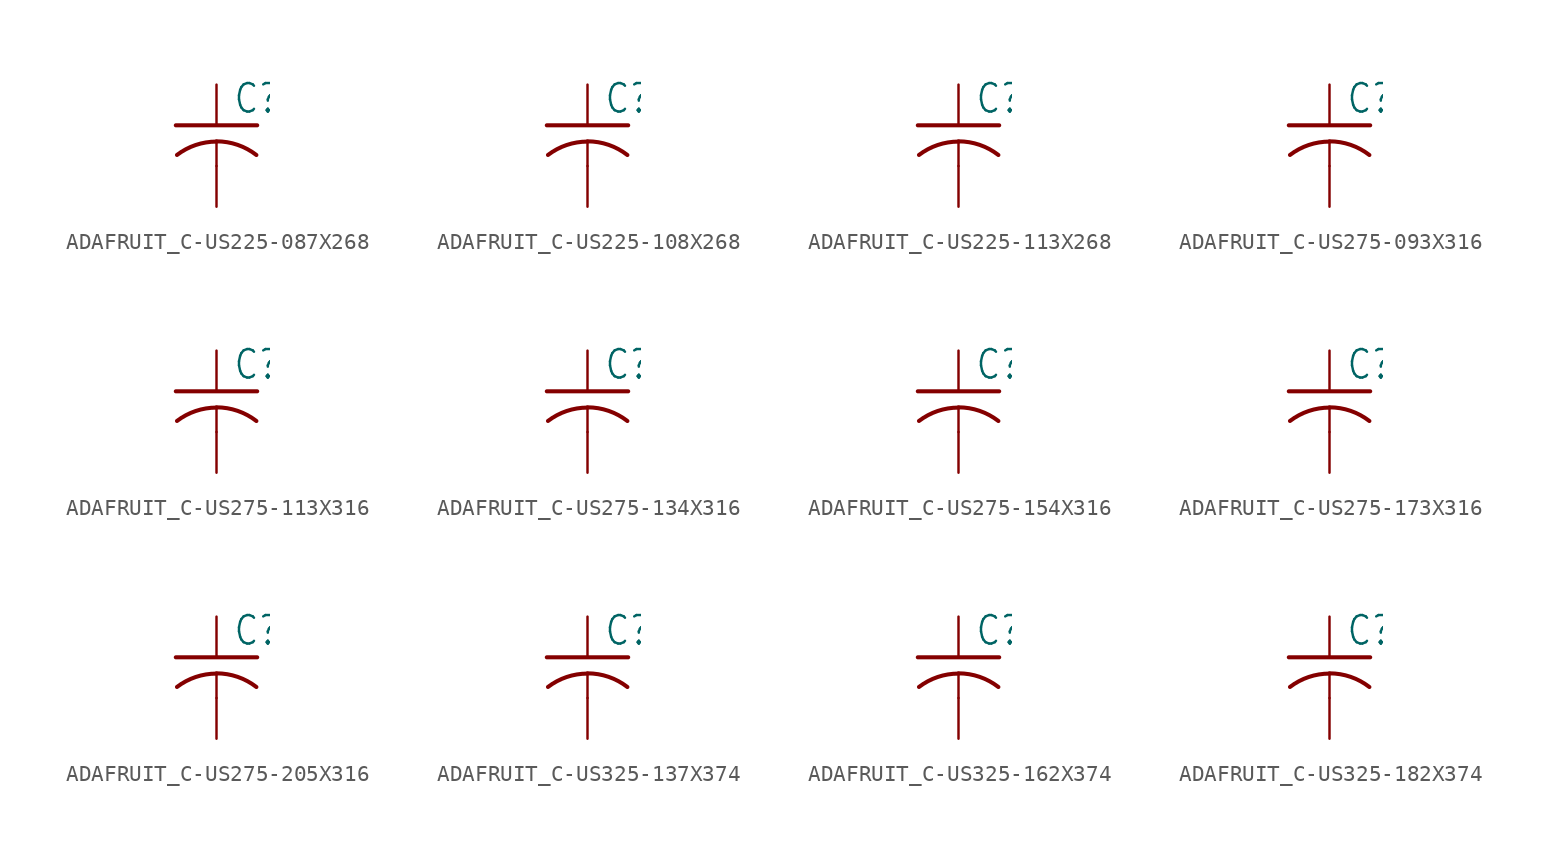
<source format=kicad_sym>
(kicad_symbol_lib
  (version 20231120)
  (generator "kicad_symbol_editor")
  (generator_version "8.0")
  (symbol "ADAFRUIT_C-US225-087X268"
    (property "Reference" "C"
      (at 1.016 0.635 0)
      (effects (font (size 1.778 1.511)) (justify left bottom)))
    (property "Value" ""
      (at 1.016 -4.191 0)
      (effects (font (size 1.778 1.511)) (justify left bottom)))
    (property "ki_locked" ""
      (at 0 0 0)
      (effects (font (size 1.27 1.27))))
    (symbol "ADAFRUIT_C-US225-087X268_1_0"
      (arc (start 0 -1.0161) (mid -1.302 -1.2303) (end -2.4668 -1.8504) (stroke (width 0.254) (type solid)) (fill (type none)))
      (polyline (pts (xy -2.54 0) (xy 2.54 0)) (stroke (width 0.254) (type solid)) (fill (type none)))
      (polyline (pts (xy 0 -1.016) (xy 0 -2.54)) (stroke (width 0.152) (type solid)) (fill (type none)))
      (polyline (pts (xy 0 -1.016) (xy 0 -1.016)) (stroke (width 0.152) (type solid)) (fill (type none)))
      (arc (start 2.4892 -1.8541) (mid 1.3158 -1.2194) (end 0 -1) (stroke (width 0.254) (type solid)) (fill (type none)))
      (pin passive line (at 0 2.54 270) (length 2.54) (name "1" (effects (font (size 0 0)))) (number "1" (effects (font (size 0 0)))))
      (pin passive line (at 0 -5.08 90) (length 2.54) (name "2" (effects (font (size 0 0)))) (number "2" (effects (font (size 0 0)))))))
  (symbol "ADAFRUIT_C-US225-108X268"
    (property "Reference" "C"
      (at 1.016 0.635 0)
      (effects (font (size 1.778 1.511)) (justify left bottom)))
    (property "Value" ""
      (at 1.016 -4.191 0)
      (effects (font (size 1.778 1.511)) (justify left bottom)))
    (property "ki_locked" ""
      (at 0 0 0)
      (effects (font (size 1.27 1.27))))
    (symbol "ADAFRUIT_C-US225-108X268_1_0"
      (arc (start 0 -1.0161) (mid -1.302 -1.2303) (end -2.4668 -1.8504) (stroke (width 0.254) (type solid)) (fill (type none)))
      (polyline (pts (xy -2.54 0) (xy 2.54 0)) (stroke (width 0.254) (type solid)) (fill (type none)))
      (polyline (pts (xy 0 -1.016) (xy 0 -2.54)) (stroke (width 0.152) (type solid)) (fill (type none)))
      (polyline (pts (xy 0 -1.016) (xy 0 -1.016)) (stroke (width 0.152) (type solid)) (fill (type none)))
      (arc (start 2.4892 -1.8541) (mid 1.3158 -1.2194) (end 0 -1) (stroke (width 0.254) (type solid)) (fill (type none)))
      (pin passive line (at 0 2.54 270) (length 2.54) (name "1" (effects (font (size 0 0)))) (number "1" (effects (font (size 0 0)))))
      (pin passive line (at 0 -5.08 90) (length 2.54) (name "2" (effects (font (size 0 0)))) (number "2" (effects (font (size 0 0)))))))
  (symbol "ADAFRUIT_C-US225-113X268"
    (property "Reference" "C"
      (at 1.016 0.635 0)
      (effects (font (size 1.778 1.511)) (justify left bottom)))
    (property "Value" ""
      (at 1.016 -4.191 0)
      (effects (font (size 1.778 1.511)) (justify left bottom)))
    (property "ki_locked" ""
      (at 0 0 0)
      (effects (font (size 1.27 1.27))))
    (symbol "ADAFRUIT_C-US225-113X268_1_0"
      (arc (start 0 -1.0161) (mid -1.302 -1.2303) (end -2.4668 -1.8504) (stroke (width 0.254) (type solid)) (fill (type none)))
      (polyline (pts (xy -2.54 0) (xy 2.54 0)) (stroke (width 0.254) (type solid)) (fill (type none)))
      (polyline (pts (xy 0 -1.016) (xy 0 -2.54)) (stroke (width 0.152) (type solid)) (fill (type none)))
      (polyline (pts (xy 0 -1.016) (xy 0 -1.016)) (stroke (width 0.152) (type solid)) (fill (type none)))
      (arc (start 2.4892 -1.8541) (mid 1.3158 -1.2194) (end 0 -1) (stroke (width 0.254) (type solid)) (fill (type none)))
      (pin passive line (at 0 2.54 270) (length 2.54) (name "1" (effects (font (size 0 0)))) (number "1" (effects (font (size 0 0)))))
      (pin passive line (at 0 -5.08 90) (length 2.54) (name "2" (effects (font (size 0 0)))) (number "2" (effects (font (size 0 0)))))))
  (symbol "ADAFRUIT_C-US275-093X316"
    (property "Reference" "C"
      (at 1.016 0.635 0)
      (effects (font (size 1.778 1.511)) (justify left bottom)))
    (property "Value" ""
      (at 1.016 -4.191 0)
      (effects (font (size 1.778 1.511)) (justify left bottom)))
    (property "ki_locked" ""
      (at 0 0 0)
      (effects (font (size 1.27 1.27))))
    (symbol "ADAFRUIT_C-US275-093X316_1_0"
      (arc (start 0 -1.0161) (mid -1.302 -1.2303) (end -2.4668 -1.8504) (stroke (width 0.254) (type solid)) (fill (type none)))
      (polyline (pts (xy -2.54 0) (xy 2.54 0)) (stroke (width 0.254) (type solid)) (fill (type none)))
      (polyline (pts (xy 0 -1.016) (xy 0 -2.54)) (stroke (width 0.152) (type solid)) (fill (type none)))
      (polyline (pts (xy 0 -1.016) (xy 0 -1.016)) (stroke (width 0.152) (type solid)) (fill (type none)))
      (arc (start 2.4892 -1.8541) (mid 1.3158 -1.2194) (end 0 -1) (stroke (width 0.254) (type solid)) (fill (type none)))
      (pin passive line (at 0 2.54 270) (length 2.54) (name "1" (effects (font (size 0 0)))) (number "1" (effects (font (size 0 0)))))
      (pin passive line (at 0 -5.08 90) (length 2.54) (name "2" (effects (font (size 0 0)))) (number "2" (effects (font (size 0 0)))))))
  (symbol "ADAFRUIT_C-US275-113X316"
    (property "Reference" "C"
      (at 1.016 0.635 0)
      (effects (font (size 1.778 1.511)) (justify left bottom)))
    (property "Value" ""
      (at 1.016 -4.191 0)
      (effects (font (size 1.778 1.511)) (justify left bottom)))
    (property "ki_locked" ""
      (at 0 0 0)
      (effects (font (size 1.27 1.27))))
    (symbol "ADAFRUIT_C-US275-113X316_1_0"
      (arc (start 0 -1.0161) (mid -1.302 -1.2303) (end -2.4668 -1.8504) (stroke (width 0.254) (type solid)) (fill (type none)))
      (polyline (pts (xy -2.54 0) (xy 2.54 0)) (stroke (width 0.254) (type solid)) (fill (type none)))
      (polyline (pts (xy 0 -1.016) (xy 0 -2.54)) (stroke (width 0.152) (type solid)) (fill (type none)))
      (polyline (pts (xy 0 -1.016) (xy 0 -1.016)) (stroke (width 0.152) (type solid)) (fill (type none)))
      (arc (start 2.4892 -1.8541) (mid 1.3158 -1.2194) (end 0 -1) (stroke (width 0.254) (type solid)) (fill (type none)))
      (pin passive line (at 0 2.54 270) (length 2.54) (name "1" (effects (font (size 0 0)))) (number "1" (effects (font (size 0 0)))))
      (pin passive line (at 0 -5.08 90) (length 2.54) (name "2" (effects (font (size 0 0)))) (number "2" (effects (font (size 0 0)))))))
  (symbol "ADAFRUIT_C-US275-134X316"
    (property "Reference" "C"
      (at 1.016 0.635 0)
      (effects (font (size 1.778 1.511)) (justify left bottom)))
    (property "Value" ""
      (at 1.016 -4.191 0)
      (effects (font (size 1.778 1.511)) (justify left bottom)))
    (property "ki_locked" ""
      (at 0 0 0)
      (effects (font (size 1.27 1.27))))
    (symbol "ADAFRUIT_C-US275-134X316_1_0"
      (arc (start 0 -1.0161) (mid -1.302 -1.2303) (end -2.4668 -1.8504) (stroke (width 0.254) (type solid)) (fill (type none)))
      (polyline (pts (xy -2.54 0) (xy 2.54 0)) (stroke (width 0.254) (type solid)) (fill (type none)))
      (polyline (pts (xy 0 -1.016) (xy 0 -2.54)) (stroke (width 0.152) (type solid)) (fill (type none)))
      (polyline (pts (xy 0 -1.016) (xy 0 -1.016)) (stroke (width 0.152) (type solid)) (fill (type none)))
      (arc (start 2.4892 -1.8541) (mid 1.3158 -1.2194) (end 0 -1) (stroke (width 0.254) (type solid)) (fill (type none)))
      (pin passive line (at 0 2.54 270) (length 2.54) (name "1" (effects (font (size 0 0)))) (number "1" (effects (font (size 0 0)))))
      (pin passive line (at 0 -5.08 90) (length 2.54) (name "2" (effects (font (size 0 0)))) (number "2" (effects (font (size 0 0)))))))
  (symbol "ADAFRUIT_C-US275-154X316"
    (property "Reference" "C"
      (at 1.016 0.635 0)
      (effects (font (size 1.778 1.511)) (justify left bottom)))
    (property "Value" ""
      (at 1.016 -4.191 0)
      (effects (font (size 1.778 1.511)) (justify left bottom)))
    (property "ki_locked" ""
      (at 0 0 0)
      (effects (font (size 1.27 1.27))))
    (symbol "ADAFRUIT_C-US275-154X316_1_0"
      (arc (start 0 -1.0161) (mid -1.302 -1.2303) (end -2.4668 -1.8504) (stroke (width 0.254) (type solid)) (fill (type none)))
      (polyline (pts (xy -2.54 0) (xy 2.54 0)) (stroke (width 0.254) (type solid)) (fill (type none)))
      (polyline (pts (xy 0 -1.016) (xy 0 -2.54)) (stroke (width 0.152) (type solid)) (fill (type none)))
      (polyline (pts (xy 0 -1.016) (xy 0 -1.016)) (stroke (width 0.152) (type solid)) (fill (type none)))
      (arc (start 2.4892 -1.8541) (mid 1.3158 -1.2194) (end 0 -1) (stroke (width 0.254) (type solid)) (fill (type none)))
      (pin passive line (at 0 2.54 270) (length 2.54) (name "1" (effects (font (size 0 0)))) (number "1" (effects (font (size 0 0)))))
      (pin passive line (at 0 -5.08 90) (length 2.54) (name "2" (effects (font (size 0 0)))) (number "2" (effects (font (size 0 0)))))))
  (symbol "ADAFRUIT_C-US275-173X316"
    (property "Reference" "C"
      (at 1.016 0.635 0)
      (effects (font (size 1.778 1.511)) (justify left bottom)))
    (property "Value" ""
      (at 1.016 -4.191 0)
      (effects (font (size 1.778 1.511)) (justify left bottom)))
    (property "ki_locked" ""
      (at 0 0 0)
      (effects (font (size 1.27 1.27))))
    (symbol "ADAFRUIT_C-US275-173X316_1_0"
      (arc (start 0 -1.0161) (mid -1.302 -1.2303) (end -2.4668 -1.8504) (stroke (width 0.254) (type solid)) (fill (type none)))
      (polyline (pts (xy -2.54 0) (xy 2.54 0)) (stroke (width 0.254) (type solid)) (fill (type none)))
      (polyline (pts (xy 0 -1.016) (xy 0 -2.54)) (stroke (width 0.152) (type solid)) (fill (type none)))
      (polyline (pts (xy 0 -1.016) (xy 0 -1.016)) (stroke (width 0.152) (type solid)) (fill (type none)))
      (arc (start 2.4892 -1.8541) (mid 1.3158 -1.2194) (end 0 -1) (stroke (width 0.254) (type solid)) (fill (type none)))
      (pin passive line (at 0 2.54 270) (length 2.54) (name "1" (effects (font (size 0 0)))) (number "1" (effects (font (size 0 0)))))
      (pin passive line (at 0 -5.08 90) (length 2.54) (name "2" (effects (font (size 0 0)))) (number "2" (effects (font (size 0 0)))))))
  (symbol "ADAFRUIT_C-US275-205X316"
    (property "Reference" "C"
      (at 1.016 0.635 0)
      (effects (font (size 1.778 1.511)) (justify left bottom)))
    (property "Value" ""
      (at 1.016 -4.191 0)
      (effects (font (size 1.778 1.511)) (justify left bottom)))
    (property "ki_locked" ""
      (at 0 0 0)
      (effects (font (size 1.27 1.27))))
    (symbol "ADAFRUIT_C-US275-205X316_1_0"
      (arc (start 0 -1.0161) (mid -1.302 -1.2303) (end -2.4668 -1.8504) (stroke (width 0.254) (type solid)) (fill (type none)))
      (polyline (pts (xy -2.54 0) (xy 2.54 0)) (stroke (width 0.254) (type solid)) (fill (type none)))
      (polyline (pts (xy 0 -1.016) (xy 0 -2.54)) (stroke (width 0.152) (type solid)) (fill (type none)))
      (polyline (pts (xy 0 -1.016) (xy 0 -1.016)) (stroke (width 0.152) (type solid)) (fill (type none)))
      (arc (start 2.4892 -1.8541) (mid 1.3158 -1.2194) (end 0 -1) (stroke (width 0.254) (type solid)) (fill (type none)))
      (pin passive line (at 0 2.54 270) (length 2.54) (name "1" (effects (font (size 0 0)))) (number "1" (effects (font (size 0 0)))))
      (pin passive line (at 0 -5.08 90) (length 2.54) (name "2" (effects (font (size 0 0)))) (number "2" (effects (font (size 0 0)))))))
  (symbol "ADAFRUIT_C-US325-137X374"
    (property "Reference" "C"
      (at 1.016 0.635 0)
      (effects (font (size 1.778 1.511)) (justify left bottom)))
    (property "Value" ""
      (at 1.016 -4.191 0)
      (effects (font (size 1.778 1.511)) (justify left bottom)))
    (property "ki_locked" ""
      (at 0 0 0)
      (effects (font (size 1.27 1.27))))
    (symbol "ADAFRUIT_C-US325-137X374_1_0"
      (arc (start 0 -1.0161) (mid -1.302 -1.2303) (end -2.4668 -1.8504) (stroke (width 0.254) (type solid)) (fill (type none)))
      (polyline (pts (xy -2.54 0) (xy 2.54 0)) (stroke (width 0.254) (type solid)) (fill (type none)))
      (polyline (pts (xy 0 -1.016) (xy 0 -2.54)) (stroke (width 0.152) (type solid)) (fill (type none)))
      (polyline (pts (xy 0 -1.016) (xy 0 -1.016)) (stroke (width 0.152) (type solid)) (fill (type none)))
      (arc (start 2.4892 -1.8541) (mid 1.3158 -1.2194) (end 0 -1) (stroke (width 0.254) (type solid)) (fill (type none)))
      (pin passive line (at 0 2.54 270) (length 2.54) (name "1" (effects (font (size 0 0)))) (number "1" (effects (font (size 0 0)))))
      (pin passive line (at 0 -5.08 90) (length 2.54) (name "2" (effects (font (size 0 0)))) (number "2" (effects (font (size 0 0)))))))
  (symbol "ADAFRUIT_C-US325-162X374"
    (property "Reference" "C"
      (at 1.016 0.635 0)
      (effects (font (size 1.778 1.511)) (justify left bottom)))
    (property "Value" ""
      (at 1.016 -4.191 0)
      (effects (font (size 1.778 1.511)) (justify left bottom)))
    (property "ki_locked" ""
      (at 0 0 0)
      (effects (font (size 1.27 1.27))))
    (symbol "ADAFRUIT_C-US325-162X374_1_0"
      (arc (start 0 -1.0161) (mid -1.302 -1.2303) (end -2.4668 -1.8504) (stroke (width 0.254) (type solid)) (fill (type none)))
      (polyline (pts (xy -2.54 0) (xy 2.54 0)) (stroke (width 0.254) (type solid)) (fill (type none)))
      (polyline (pts (xy 0 -1.016) (xy 0 -2.54)) (stroke (width 0.152) (type solid)) (fill (type none)))
      (polyline (pts (xy 0 -1.016) (xy 0 -1.016)) (stroke (width 0.152) (type solid)) (fill (type none)))
      (arc (start 2.4892 -1.8541) (mid 1.3158 -1.2194) (end 0 -1) (stroke (width 0.254) (type solid)) (fill (type none)))
      (pin passive line (at 0 2.54 270) (length 2.54) (name "1" (effects (font (size 0 0)))) (number "1" (effects (font (size 0 0)))))
      (pin passive line (at 0 -5.08 90) (length 2.54) (name "2" (effects (font (size 0 0)))) (number "2" (effects (font (size 0 0)))))))
  (symbol "ADAFRUIT_C-US325-182X374"
    (property "Reference" "C"
      (at 1.016 0.635 0)
      (effects (font (size 1.778 1.511)) (justify left bottom)))
    (property "Value" ""
      (at 1.016 -4.191 0)
      (effects (font (size 1.778 1.511)) (justify left bottom)))
    (property "ki_locked" ""
      (at 0 0 0)
      (effects (font (size 1.27 1.27))))
    (symbol "ADAFRUIT_C-US325-182X374_1_0"
      (arc (start 0 -1.0161) (mid -1.302 -1.2303) (end -2.4668 -1.8504) (stroke (width 0.254) (type solid)) (fill (type none)))
      (polyline (pts (xy -2.54 0) (xy 2.54 0)) (stroke (width 0.254) (type solid)) (fill (type none)))
      (polyline (pts (xy 0 -1.016) (xy 0 -2.54)) (stroke (width 0.152) (type solid)) (fill (type none)))
      (polyline (pts (xy 0 -1.016) (xy 0 -1.016)) (stroke (width 0.152) (type solid)) (fill (type none)))
      (arc (start 2.4892 -1.8541) (mid 1.3158 -1.2194) (end 0 -1) (stroke (width 0.254) (type solid)) (fill (type none)))
      (pin passive line (at 0 2.54 270) (length 2.54) (name "1" (effects (font (size 0 0)))) (number "1" (effects (font (size 0 0)))))
      (pin passive line (at 0 -5.08 90) (length 2.54) (name "2" (effects (font (size 0 0)))) (number "2" (effects (font (size 0 0))))))))
</source>
